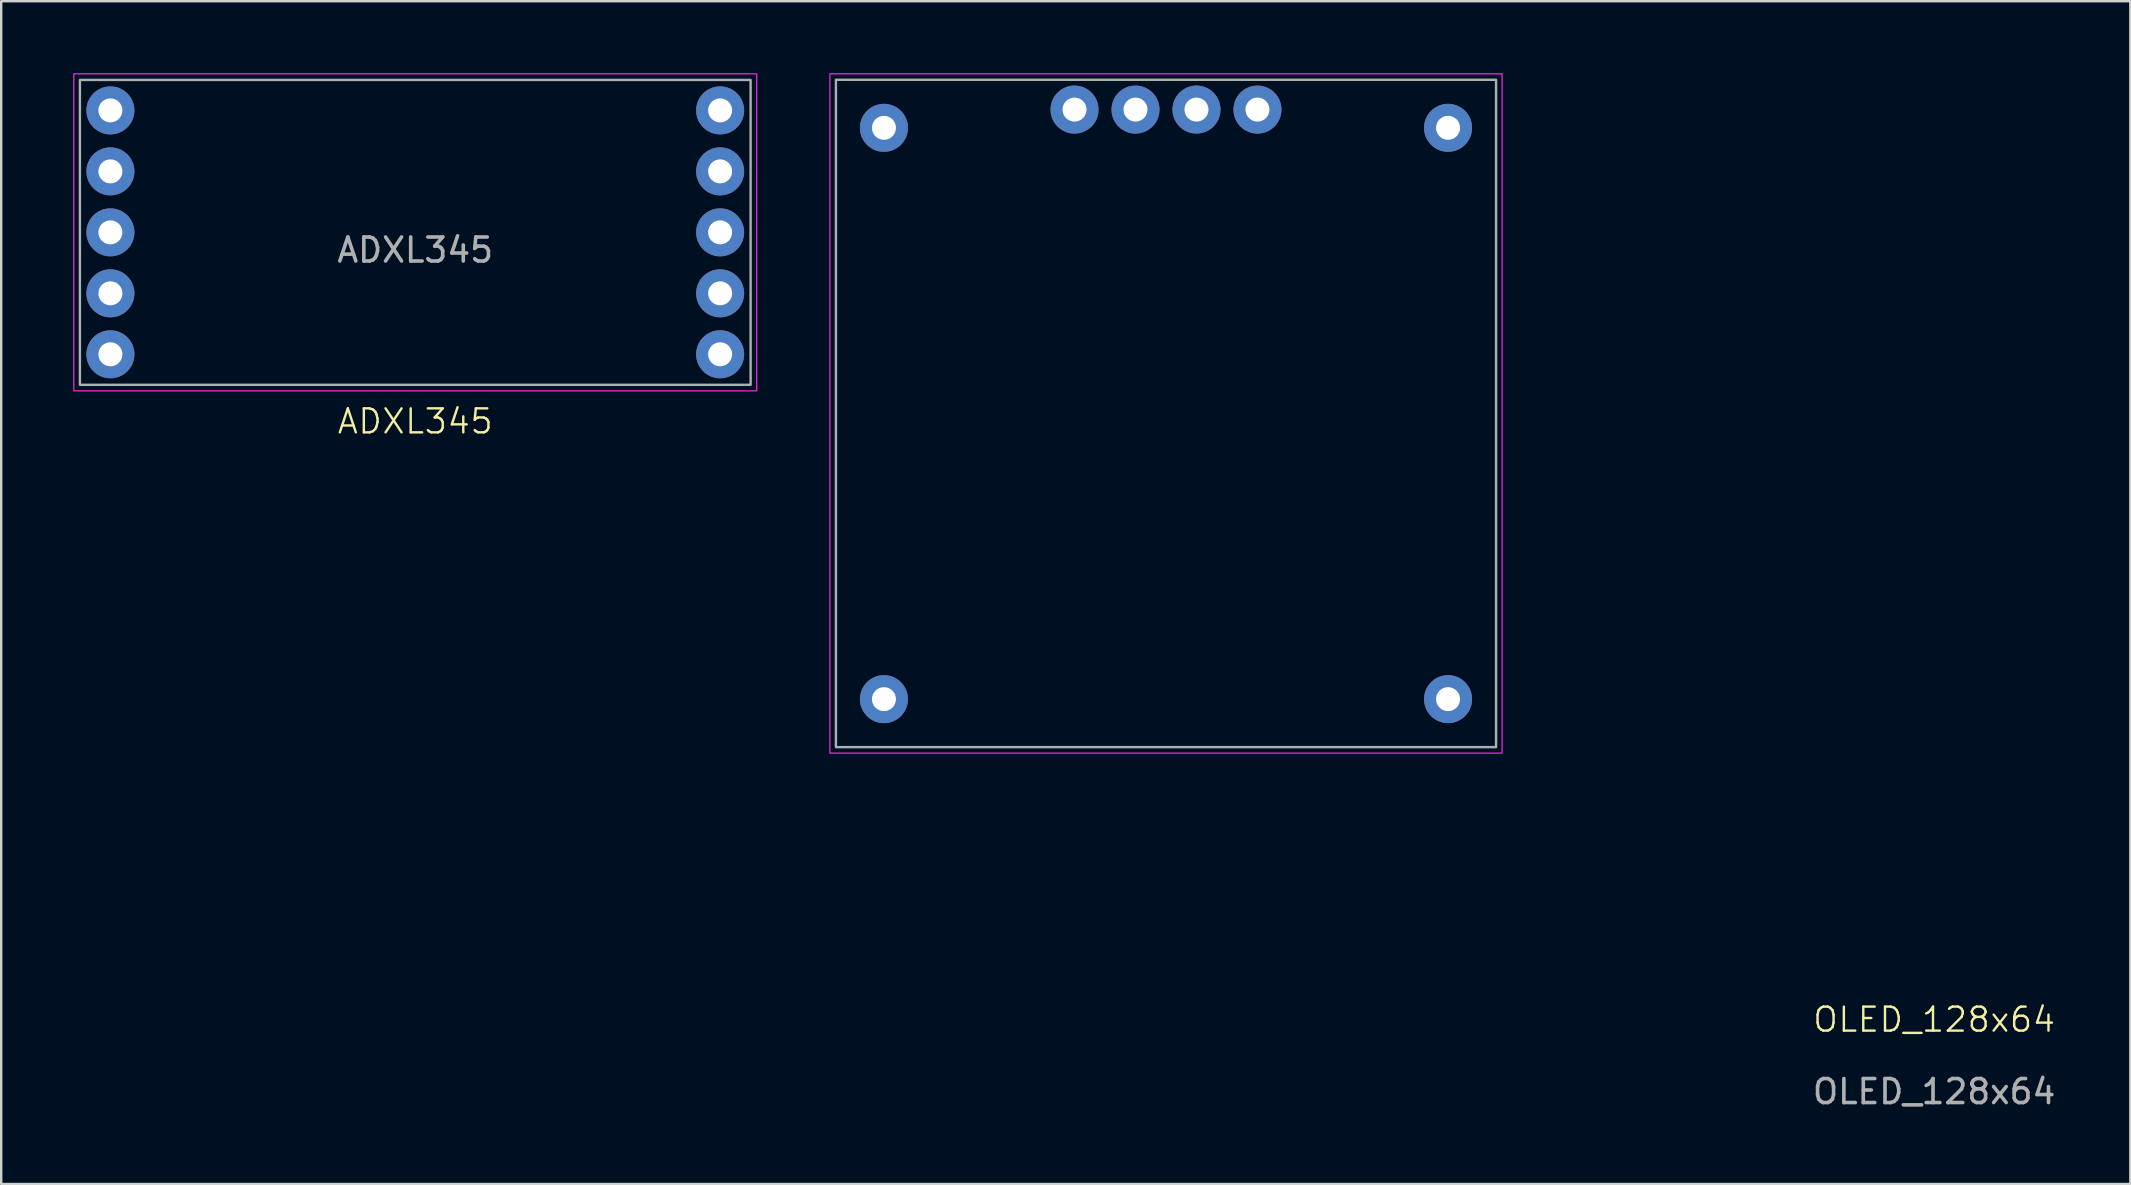
<source format=kicad_pcb>
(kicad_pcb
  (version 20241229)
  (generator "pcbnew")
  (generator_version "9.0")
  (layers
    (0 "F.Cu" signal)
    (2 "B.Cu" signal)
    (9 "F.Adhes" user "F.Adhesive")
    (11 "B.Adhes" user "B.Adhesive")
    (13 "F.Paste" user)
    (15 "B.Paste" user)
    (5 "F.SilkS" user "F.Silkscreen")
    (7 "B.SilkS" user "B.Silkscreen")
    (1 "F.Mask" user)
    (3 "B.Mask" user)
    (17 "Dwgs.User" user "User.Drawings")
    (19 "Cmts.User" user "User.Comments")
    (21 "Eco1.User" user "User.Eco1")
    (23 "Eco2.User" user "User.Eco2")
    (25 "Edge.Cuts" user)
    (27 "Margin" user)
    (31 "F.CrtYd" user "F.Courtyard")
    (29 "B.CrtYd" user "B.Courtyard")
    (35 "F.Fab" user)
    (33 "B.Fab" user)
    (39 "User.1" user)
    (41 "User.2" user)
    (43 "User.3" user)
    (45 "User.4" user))
  (footprint "OLED_128x64"
    (layer "F.Cu")
    (at 45.523 14.175)
    (property "Reference" "OLED_128x64" (at 32 25.25 0) (unlocked yes) (layer "F.SilkS") (effects (font (size 1 1) (thickness 0.1))))
    (attr through_hole)
    (fp_rect (start -14 -14.15) (end 14 14.15) (stroke (width 0.05) (type default)) (fill no) (layer "F.CrtYd"))
    (fp_rect (start -13.75 -13.9) (end 13.75 13.9) (stroke (width 0.1) (type default)) (fill no) (layer "F.Fab"))
    (fp_text user "${REFERENCE}" (at 32 28.25 0) (unlocked yes) (layer "F.Fab") (effects (font (size 1 1) (thickness 0.15))))
    (pad "" np_thru_hole circle (at -11.75 -11.9) (size 2 2) (drill 1) (layers "*.Cu" "*.Mask"))
    (pad "" np_thru_hole circle (at -11.75 11.9) (size 2 2) (drill 1) (layers "*.Cu" "*.Mask"))
    (pad "" np_thru_hole circle (at 11.75 -11.9) (size 2 2) (drill 1) (layers "*.Cu" "*.Mask"))
    (pad "" np_thru_hole circle (at 11.75 11.9) (size 2 2) (drill 1) (layers "*.Cu" "*.Mask"))
    (pad "1" thru_hole circle (at -3.81 -12.66) (size 2 2) (drill 1) (layers "*.Cu" "*.Mask"))
    (pad "2" thru_hole circle (at -1.27 -12.66) (size 2 2) (drill 1) (layers "*.Cu" "*.Mask"))
    (pad "3" thru_hole circle (at 1.27 -12.66) (size 2 2) (drill 1) (layers "*.Cu" "*.Mask"))
    (pad "4" thru_hole circle (at 3.81 -12.66) (size 2 2) (drill 1) (layers "*.Cu" "*.Mask")))
  (footprint "ADXL345"
    (layer "F.Cu")
    (at 14.249 6.629)
    (property "Reference" "ADXL345" (at 0 7.874 0) (unlocked yes) (layer "F.SilkS") (effects (font (size 1 1) (thickness 0.1))))
    (attr through_hole)
    (fp_rect (start -14.224 -6.604) (end 14.224 6.604) (stroke (width 0.05) (type default)) (fill no) (layer "F.CrtYd"))
    (fp_rect (start -13.97 -6.35) (end 13.97 6.35) (stroke (width 0.1) (type default)) (fill no) (layer "F.Fab"))
    (fp_text user "${REFERENCE}" (at 0 0.738 0) (unlocked yes) (layer "F.Fab") (effects (font (size 1 1) (thickness 0.15))))
    (pad "1" thru_hole circle (at -12.7 -5.08) (size 2 2) (drill 1) (layers "*.Cu" "*.Mask"))
    (pad "2" thru_hole circle (at -12.7 -2.54) (size 2 2) (drill 1) (layers "*.Cu" "*.Mask"))
    (pad "3" thru_hole circle (at -12.7 0) (size 2 2) (drill 1) (layers "*.Cu" "*.Mask"))
    (pad "4" thru_hole circle (at -12.7 2.54) (size 2 2) (drill 1) (layers "*.Cu" "*.Mask"))
    (pad "5" thru_hole circle (at -12.7 5.08) (size 2 2) (drill 1) (layers "*.Cu" "*.Mask"))
    (pad "6" thru_hole circle (at 12.7 5.08) (size 2 2) (drill 1) (layers "*.Cu" "*.Mask"))
    (pad "7" thru_hole circle (at 12.7 2.54) (size 2 2) (drill 1) (layers "*.Cu" "*.Mask"))
    (pad "8" thru_hole circle (at 12.7 0) (size 2 2) (drill 1) (layers "*.Cu" "*.Mask"))
    (pad "9" thru_hole circle (at 12.7 -2.54) (size 2 2) (drill 1) (layers "*.Cu" "*.Mask"))
    (pad "10" thru_hole circle (at 12.7 -5.08) (size 2 2) (drill 1) (layers "*.Cu" "*.Mask")))
  (gr_rect
    (start -3 -3)
    (end 85.696 46.273)
    (stroke (width 0.1) (type default))
    (fill no)
    (layer "Edge.Cuts")))
</source>
